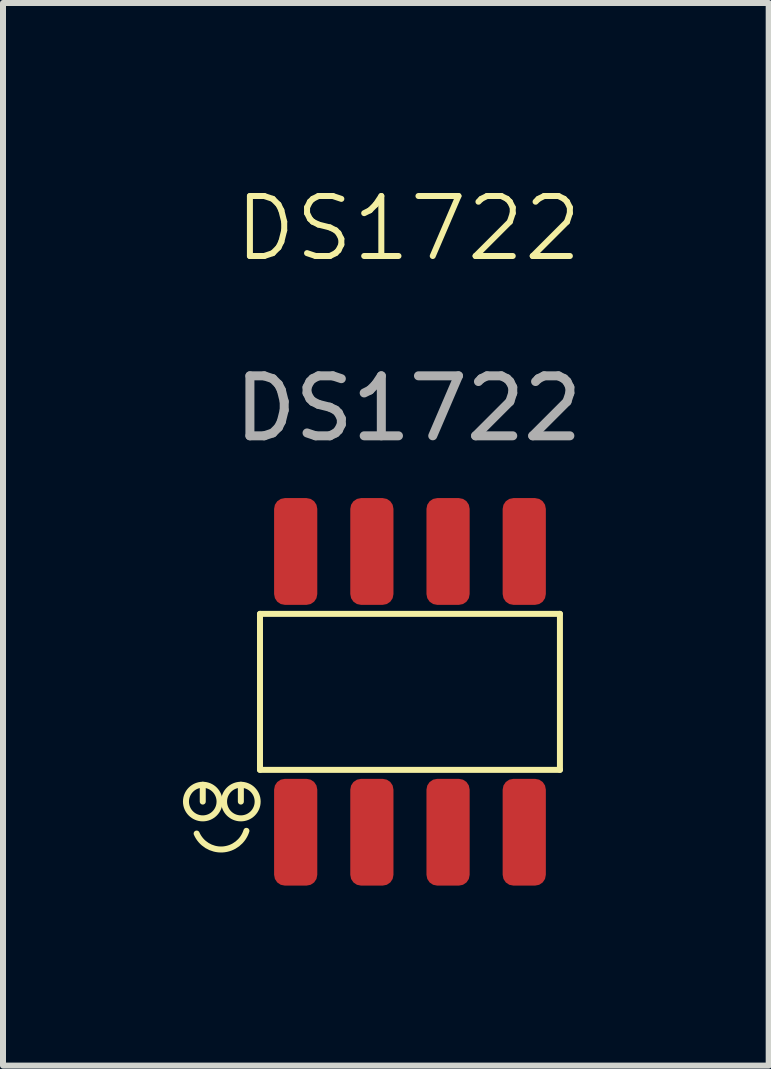
<source format=kicad_pcb>
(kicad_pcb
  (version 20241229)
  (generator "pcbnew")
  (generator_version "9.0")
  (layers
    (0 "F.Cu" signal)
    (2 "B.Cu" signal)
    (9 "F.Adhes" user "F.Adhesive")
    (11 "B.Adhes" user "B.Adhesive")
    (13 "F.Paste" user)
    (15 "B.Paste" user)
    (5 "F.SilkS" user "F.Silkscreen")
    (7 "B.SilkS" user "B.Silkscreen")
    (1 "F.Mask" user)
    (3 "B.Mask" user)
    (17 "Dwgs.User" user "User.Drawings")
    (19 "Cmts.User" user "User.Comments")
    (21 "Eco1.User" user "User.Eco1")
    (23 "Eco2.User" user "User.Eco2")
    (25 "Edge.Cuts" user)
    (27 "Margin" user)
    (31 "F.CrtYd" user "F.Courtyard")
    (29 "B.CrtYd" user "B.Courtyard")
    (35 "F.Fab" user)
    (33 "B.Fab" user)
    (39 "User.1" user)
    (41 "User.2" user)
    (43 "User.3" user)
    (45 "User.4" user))
  (footprint "DS1722"
    (layer "F.Cu")
    (at 3.784 8.483)
    (property "Reference" "DS1722" (at -0.025 -7.723 0) (unlocked yes) (layer "F.SilkS") (effects (font (size 1 1) (thickness 0.1))))
    (attr smd)
    (fp_line (start -3.454 1.829) (end -3.454 1.549) (stroke (width 0.1) (type default)) (layer "F.SilkS"))
    (fp_line (start -2.819 1.829) (end -2.819 1.549) (stroke (width 0.1) (type default)) (layer "F.SilkS"))
    (fp_line (start -2.5 -1.3) (end -2.5 1.3) (stroke (width 0.1) (type default)) (layer "F.SilkS"))
    (fp_line (start -2.5 -1.3) (end 2.5 -1.3) (stroke (width 0.1) (type default)) (layer "F.SilkS"))
    (fp_line (start -2.5 1.3) (end 2.5 1.3) (stroke (width 0.1) (type default)) (layer "F.SilkS"))
    (fp_line (start 2.5 -1.3) (end 2.5 1.3) (stroke (width 0.1) (type default)) (layer "F.SilkS"))
    (fp_arc (start -2.726201 2.316712) (mid -3.12532 2.627326) (end -3.555999 2.3622) (stroke (width 0.1) (type default)) (layer "F.SilkS"))
    (fp_circle (center -3.454 1.829) (end -3.454 1.549) (stroke (width 0.1) (type default)) (fill no) (layer "F.SilkS"))
    (fp_circle (center -2.819 1.829) (end -2.819 1.549) (stroke (width 0.1) (type default)) (fill no) (layer "F.SilkS"))
    (fp_text user "${REFERENCE}" (at -0.025 -4.723 0) (unlocked yes) (layer "F.Fab") (effects (font (size 1 1) (thickness 0.15))))
    (pad "1" smd roundrect (at -1.905 2.34) (size 0.72 1.78) (layers "F.Cu" "F.Mask" "F.Paste") (roundrect_rratio 0.25))
    (pad "2" smd roundrect (at -0.635 2.34) (size 0.72 1.78) (layers "F.Cu" "F.Mask" "F.Paste") (roundrect_rratio 0.25))
    (pad "3" smd roundrect (at 0.635 2.34) (size 0.72 1.78) (layers "F.Cu" "F.Mask" "F.Paste") (roundrect_rratio 0.25))
    (pad "4" smd roundrect (at 1.905 2.34) (size 0.72 1.78) (layers "F.Cu" "F.Mask" "F.Paste") (roundrect_rratio 0.25))
    (pad "5" smd roundrect (at 1.905 -2.34) (size 0.72 1.78) (layers "F.Cu" "F.Mask" "F.Paste") (roundrect_rratio 0.25))
    (pad "6" smd roundrect (at 0.635 -2.34) (size 0.72 1.78) (layers "F.Cu" "F.Mask" "F.Paste") (roundrect_rratio 0.25))
    (pad "7" smd roundrect (at -0.635 -2.34) (size 0.72 1.78) (layers "F.Cu" "F.Mask" "F.Paste") (roundrect_rratio 0.25))
    (pad "8" smd roundrect (at -1.905 -2.34) (size 0.72 1.78) (layers "F.Cu" "F.Mask" "F.Paste") (roundrect_rratio 0.25)))
  (gr_rect
    (start -3 -3)
    (end 9.764 14.713)
    (stroke (width 0.1) (type default))
    (fill no)
    (layer "Edge.Cuts")))
</source>
